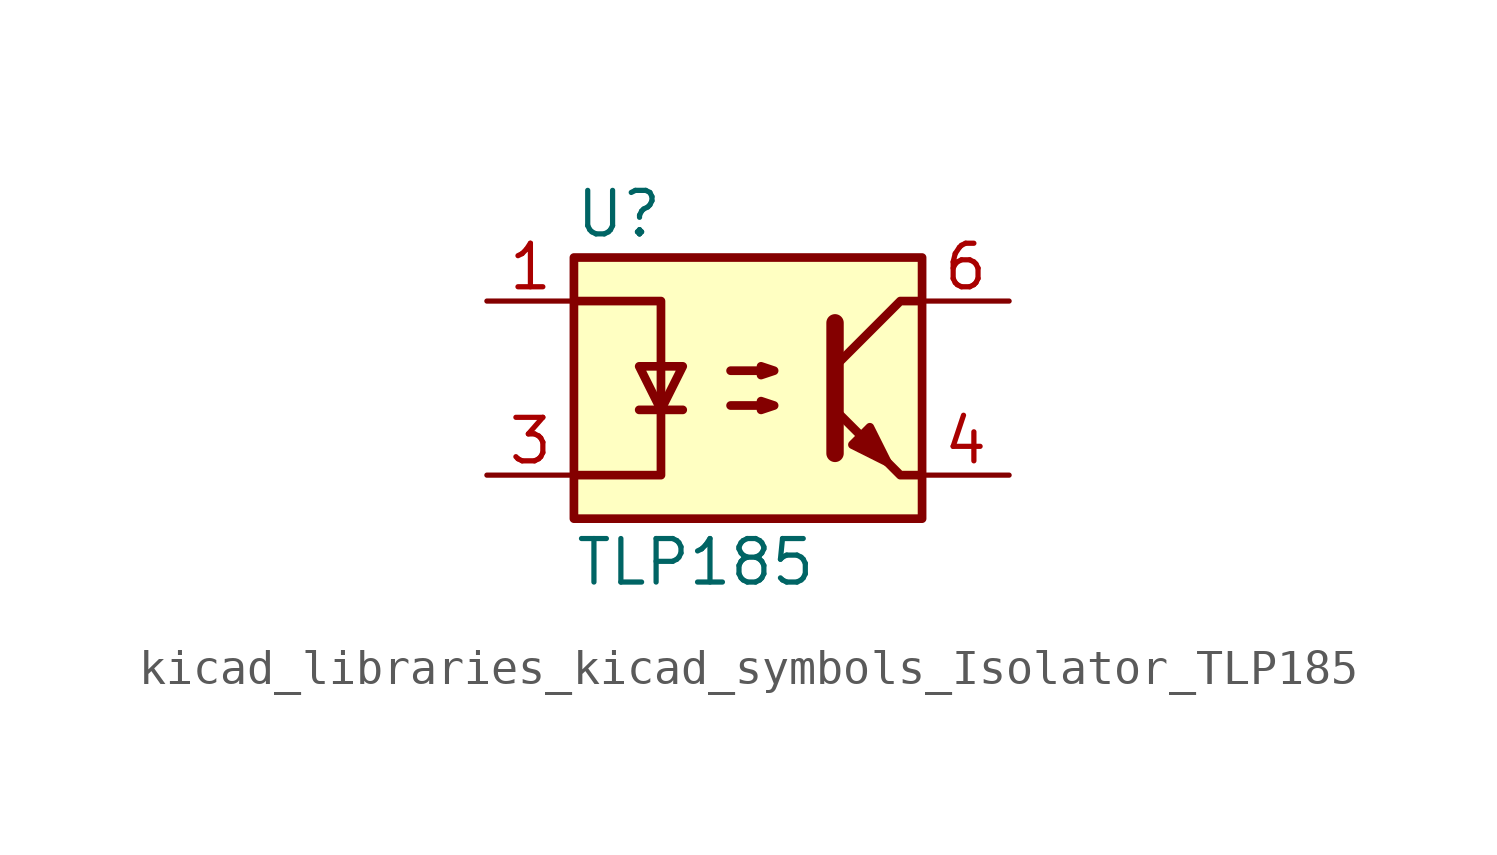
<source format=kicad_sym>
(kicad_symbol_lib
  (version 20220914)
  (generator kicad_symbol_editor)
  (symbol "kicad_libraries_kicad_symbols_Isolator_TLP185"
    (property "Reference" "U"
      (at -5.08 5.08 0)
      (effects (font (size 1.27 1.27)) (justify left)))
    (property "Value" "TLP185"
      (at -5.08 -5.08 0)
      (effects (font (size 1.27 1.27)) (justify left)))
    (symbol "kicad_libraries_kicad_symbols_Isolator_TLP185_0_1"
      (rectangle (start -5.08 3.81) (end 5.08 -3.81) (stroke (width 0.254) (type default)) (fill (type background)))
      (polyline (pts (xy -3.175 -0.635) (xy -1.905 -0.635)) (stroke (width 0.254) (type default)) (fill (type none)))
      (polyline (pts (xy 2.54 1.905) (xy 2.54 -1.905) (xy 2.54 -1.905)) (stroke (width 0.508) (type default)) (fill (type none)))
      (polyline (pts (xy 5.08 -2.54) (xy 4.445 -2.54) (xy 2.54 -0.635)) (stroke (width 0.254) (type default)) (fill (type none)))
      (polyline (pts (xy 5.08 2.54) (xy 4.445 2.54) (xy 2.54 0.635)) (stroke (width 0.254) (type default)) (fill (type none)))
      (polyline (pts (xy -5.08 -2.54) (xy -2.54 -2.54) (xy -2.54 2.54) (xy -5.08 2.54)) (stroke (width 0.254) (type default)) (fill (type none)))
      (polyline (pts (xy -2.54 -0.635) (xy -3.175 0.635) (xy -1.905 0.635) (xy -2.54 -0.635)) (stroke (width 0.254) (type default)) (fill (type none)))
      (polyline (pts (xy -0.508 -0.508) (xy 0.762 -0.508) (xy 0.381 -0.635) (xy 0.381 -0.381) (xy 0.762 -0.508)) (stroke (width 0.254) (type default)) (fill (type none)))
      (polyline (pts (xy -0.508 0.508) (xy 0.762 0.508) (xy 0.381 0.381) (xy 0.381 0.635) (xy 0.762 0.508)) (stroke (width 0.254) (type default)) (fill (type none)))
      (polyline (pts (xy 3.048 -1.651) (xy 3.556 -1.143) (xy 4.064 -2.159) (xy 3.048 -1.651) (xy 3.048 -1.651)) (stroke (width 0.254) (type default)) (fill (type outline))))
    (symbol "kicad_libraries_kicad_symbols_Isolator_TLP185_1_1"
      (pin passive line (at -7.62 2.54 0) (length 2.54) (name "~" (effects (font (size 1.27 1.27)))) (number "1" (effects (font (size 1.27 1.27)))))
      (pin passive line (at -7.62 -2.54 0) (length 2.54) (name "~" (effects (font (size 1.27 1.27)))) (number "3" (effects (font (size 1.27 1.27)))))
      (pin passive line (at 7.62 -2.54 180) (length 2.54) (name "~" (effects (font (size 1.27 1.27)))) (number "4" (effects (font (size 1.27 1.27)))))
      (pin passive line (at 7.62 2.54 180) (length 2.54) (name "~" (effects (font (size 1.27 1.27)))) (number "6" (effects (font (size 1.27 1.27))))))))
</source>
